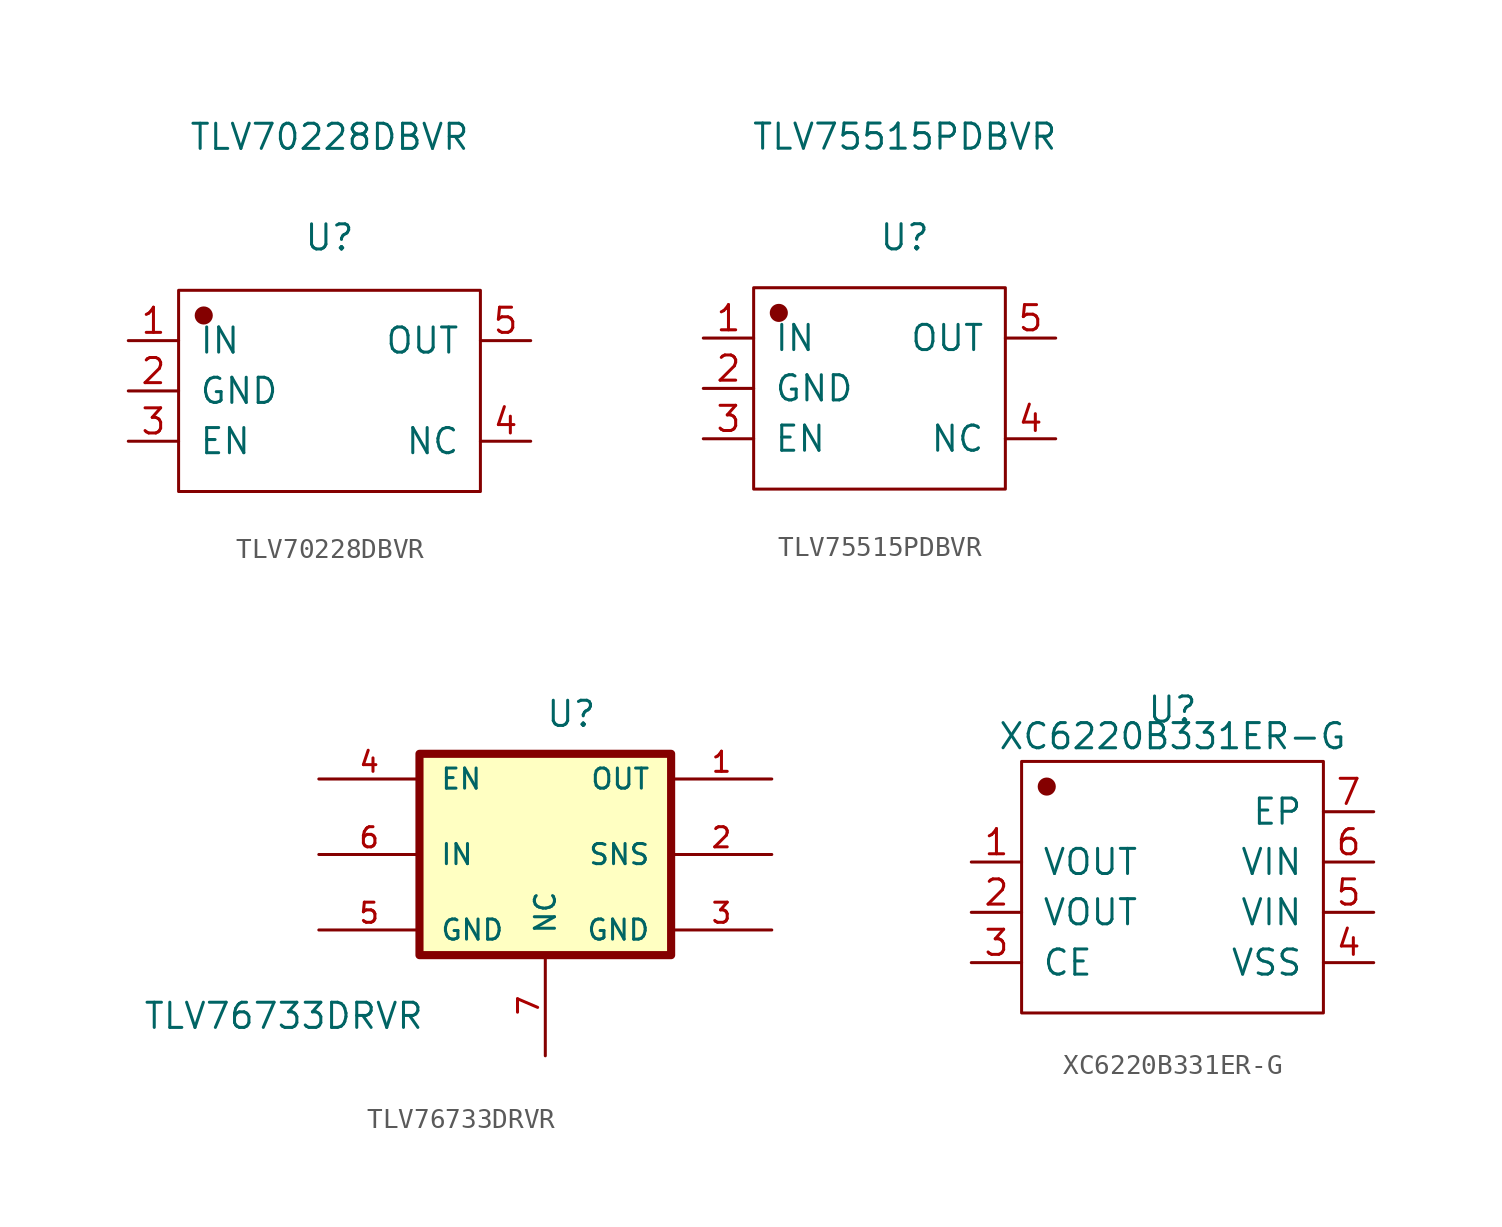
<source format=kicad_sym>
(kicad_symbol_lib
  (version 20231120)
  (generator "kicad_symbol_editor")
  (generator_version "8.0")
  (symbol "TLV70228DBVR"
    (pin_names
      (offset 1.016))
    (property "Reference" "U"
      (at 0 7.747 0)
      (effects (font (size 1.27 1.27))))
    (property "Value" "TLV70228DBVR"
      (at 0 12.827 0)
      (effects (font (size 1.27 1.27))))
    (symbol "TLV70228DBVR_1_1"
      (rectangle (start -7.62 5.08) (end 7.62 -5.08) (stroke (width 0.152) (type solid)) (fill (type none)))
      (circle (center -6.35 3.81) (radius 0.381) (stroke (width 0.152) (type solid)) (fill (type outline)))
      (pin power_in line (at -10.16 2.54 0) (length 2.54) (name "IN" (effects (font (size 1.27 1.27)))) (number "1" (effects (font (size 1.27 1.27)))))
      (pin power_in line (at -10.16 0 0) (length 2.54) (name "GND" (effects (font (size 1.27 1.27)))) (number "2" (effects (font (size 1.27 1.27)))))
      (pin input line (at -10.16 -2.54 0) (length 2.54) (name "EN" (effects (font (size 1.27 1.27)))) (number "3" (effects (font (size 1.27 1.27)))))
      (pin passive line (at 10.16 -2.54 180) (length 2.54) (name "NC" (effects (font (size 1.27 1.27)))) (number "4" (effects (font (size 1.27 1.27)))))
      (pin power_out line (at 10.16 2.54 180) (length 2.54) (name "OUT" (effects (font (size 1.27 1.27)))) (number "5" (effects (font (size 1.27 1.27)))))))
  (symbol "TLV75515PDBVR"
    (pin_names
      (offset 1.016))
    (property "Reference" "U"
      (at 0 7.62 0)
      (effects (font (size 1.27 1.27))))
    (property "Value" "TLV75515PDBVR"
      (at 0 12.7 0)
      (effects (font (size 1.27 1.27))))
    (symbol "TLV75515PDBVR_1_1"
      (rectangle (start -7.62 5.08) (end 5.08 -5.08) (stroke (width 0.152) (type solid)) (fill (type none)))
      (circle (center -6.35 3.81) (radius 0.381) (stroke (width 0.152) (type solid)) (fill (type outline)))
      (pin power_in line (at -10.16 2.54 0) (length 2.54) (name "IN" (effects (font (size 1.27 1.27)))) (number "1" (effects (font (size 1.27 1.27)))))
      (pin power_in line (at -10.16 0 0) (length 2.54) (name "GND" (effects (font (size 1.27 1.27)))) (number "2" (effects (font (size 1.27 1.27)))))
      (pin input line (at -10.16 -2.54 0) (length 2.54) (name "EN" (effects (font (size 1.27 1.27)))) (number "3" (effects (font (size 1.27 1.27)))))
      (pin passive line (at 7.62 -2.54 180) (length 2.54) (name "NC" (effects (font (size 1.27 1.27)))) (number "4" (effects (font (size 1.27 1.27)))))
      (pin power_out line (at 7.62 2.54 180) (length 2.54) (name "OUT" (effects (font (size 1.27 1.27)))) (number "5" (effects (font (size 1.27 1.27)))))))
  (symbol "TLV76733DRVR"
    (pin_names
      (offset 1.016))
    (property "Reference" "U"
      (at 0 6.35 0)
      (effects (font (size 1.27 1.27)) (justify left bottom)))
    (property "Value" "TLV76733DRVR"
      (at -20.32 -8.89 0)
      (effects (font (size 1.27 1.27)) (justify left bottom)))
    (symbol "TLV76733DRVR_0_0"
      (rectangle (start -6.35 5.08) (end 6.35 -5.08) (stroke (width 0.41) (type default)) (fill (type background)))
      (pin input line (at 11.43 0 180) (length 5.08) (name "SNS" (effects (font (size 1.016 1.016)))) (number "2" (effects (font (size 1.016 1.016)))))
      (pin input line (at -11.43 3.81 0) (length 5.08) (name "EN" (effects (font (size 1.016 1.016)))) (number "4" (effects (font (size 1.016 1.016)))))
      (pin power_in line (at -11.43 -3.81 0) (length 5.08) (name "GND" (effects (font (size 1.016 1.016)))) (number "5" (effects (font (size 1.016 1.016))))))
    (symbol "TLV76733DRVR_1_0"
      (pin power_out line (at 11.43 3.81 180) (length 5.08) (name "OUT" (effects (font (size 1.016 1.016)))) (number "1" (effects (font (size 1.016 1.016)))))
      (pin power_in line (at 11.43 -3.81 180) (length 5.08) (name "GND" (effects (font (size 1.016 1.016)))) (number "3" (effects (font (size 1.016 1.016)))))
      (pin power_in line (at -11.43 0 0) (length 5.08) (name "IN" (effects (font (size 1.016 1.016)))) (number "6" (effects (font (size 1.016 1.016)))))
      (pin passive line (at 0 -10.16 90) (length 5.08) (name "NC" (effects (font (size 1.016 1.016)))) (number "7" (effects (font (size 1.016 1.016)))))))
  (symbol "XC6220B331ER-G"
    (pin_names
      (offset 1.016))
    (property "Reference" "U"
      (at 0 8.966 0)
      (effects (font (size 1.27 1.27))))
    (property "Value" "XC6220B331ER-G"
      (at 0 7.62 0)
      (effects (font (size 1.27 1.27))))
    (symbol "XC6220B331ER-G_1_1"
      (rectangle (start -7.62 6.35) (end 7.62 -6.35) (stroke (width 0.152) (type solid)) (fill (type none)))
      (circle (center -6.35 5.08) (radius 0.381) (stroke (width 0.152) (type solid)) (fill (type outline)))
      (pin power_out line (at -10.16 1.27 0) (length 2.54) (name "VOUT" (effects (font (size 1.27 1.27)))) (number "1" (effects (font (size 1.27 1.27)))))
      (pin passive line (at -10.16 -1.27 0) (length 2.54) (name "VOUT" (effects (font (size 1.27 1.27)))) (number "2" (effects (font (size 1.27 1.27)))))
      (pin input line (at -10.16 -3.81 0) (length 2.54) (name "CE" (effects (font (size 1.27 1.27)))) (number "3" (effects (font (size 1.27 1.27)))))
      (pin power_in line (at 10.16 -3.81 180) (length 2.54) (name "VSS" (effects (font (size 1.27 1.27)))) (number "4" (effects (font (size 1.27 1.27)))))
      (pin power_in line (at 10.16 -1.27 180) (length 2.54) (name "VIN" (effects (font (size 1.27 1.27)))) (number "5" (effects (font (size 1.27 1.27)))))
      (pin power_in line (at 10.16 1.27 180) (length 2.54) (name "VIN" (effects (font (size 1.27 1.27)))) (number "6" (effects (font (size 1.27 1.27)))))
      (pin passive line (at 10.16 3.81 180) (length 2.54) (name "EP" (effects (font (size 1.27 1.27)))) (number "7" (effects (font (size 1.27 1.27))))))))
</source>
